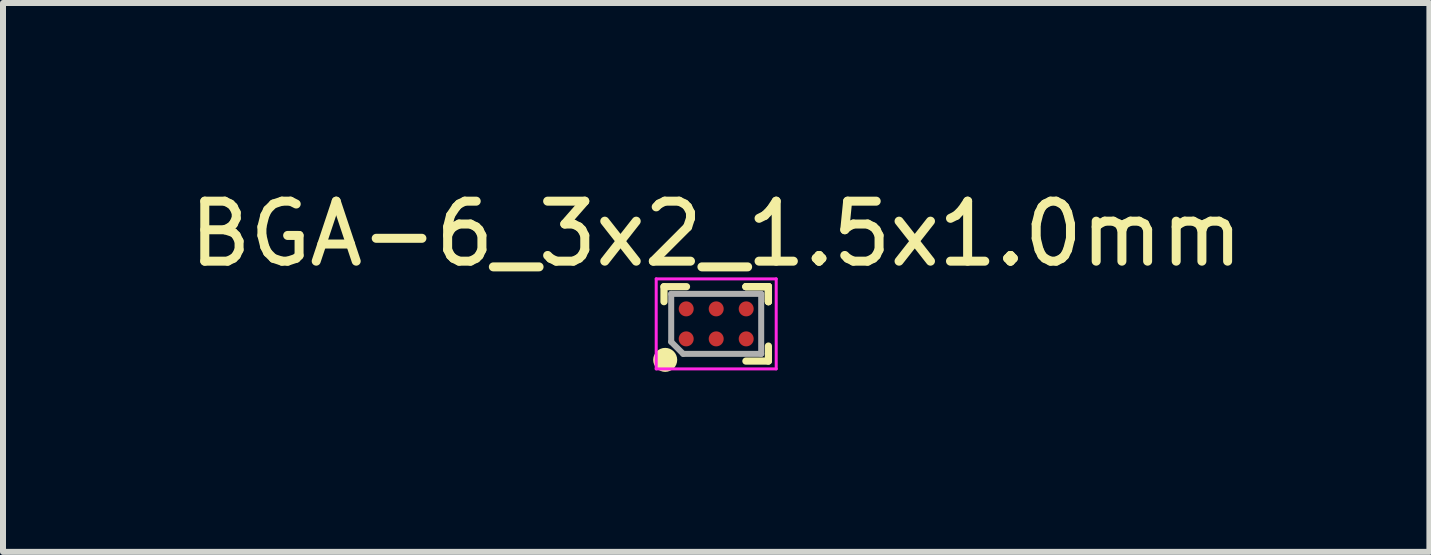
<source format=kicad_pcb>
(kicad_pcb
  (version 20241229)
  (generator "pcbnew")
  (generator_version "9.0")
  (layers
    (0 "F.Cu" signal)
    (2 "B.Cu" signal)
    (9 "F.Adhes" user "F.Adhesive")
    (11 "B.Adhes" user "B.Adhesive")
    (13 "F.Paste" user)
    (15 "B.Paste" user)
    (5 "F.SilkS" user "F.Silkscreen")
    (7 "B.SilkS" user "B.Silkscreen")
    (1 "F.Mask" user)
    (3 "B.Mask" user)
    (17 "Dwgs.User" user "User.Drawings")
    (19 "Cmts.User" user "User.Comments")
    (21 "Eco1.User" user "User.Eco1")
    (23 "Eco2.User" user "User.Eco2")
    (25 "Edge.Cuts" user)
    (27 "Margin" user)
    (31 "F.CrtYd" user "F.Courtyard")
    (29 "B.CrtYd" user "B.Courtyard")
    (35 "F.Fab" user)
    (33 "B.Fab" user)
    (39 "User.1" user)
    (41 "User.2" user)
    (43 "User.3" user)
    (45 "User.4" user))
  (footprint "BGA-6_3x2_1.5x1.0mm"
    (layer "F.Cu")
    (at 8.887 2.348)
    (property "Reference" "BGA-6_3x2_1.5x1.0mm" (at 0 -1.5 0) (layer "F.SilkS") (effects (font (size 1 1) (thickness 0.15))))
    (attr smd)
    (fp_line (start -0.87 -0.37) (end -0.87 -0.62) (stroke (width 0.12) (type solid)) (layer "F.SilkS"))
    (fp_line (start -0.495 -0.62) (end -0.87 -0.62) (stroke (width 0.12) (type solid)) (layer "F.SilkS"))
    (fp_line (start 0.495 -0.62) (end 0.87 -0.62) (stroke (width 0.12) (type solid)) (layer "F.SilkS"))
    (fp_line (start 0.495 -0.62) (end 0.87 -0.62) (stroke (width 0.12) (type solid)) (layer "F.SilkS"))
    (fp_line (start 0.495 -0.62) (end 0.87 -0.62) (stroke (width 0.12) (type solid)) (layer "F.SilkS"))
    (fp_line (start 0.495 0.62) (end 0.87 0.62) (stroke (width 0.12) (type solid)) (layer "F.SilkS"))
    (fp_line (start 0.87 -0.62) (end 0.87 -0.37) (stroke (width 0.12) (type solid)) (layer "F.SilkS"))
    (fp_line (start 0.87 -0.62) (end 0.87 -0.37) (stroke (width 0.12) (type solid)) (layer "F.SilkS"))
    (fp_line (start 0.87 -0.62) (end 0.87 -0.37) (stroke (width 0.12) (type solid)) (layer "F.SilkS"))
    (fp_line (start 0.87 0.62) (end 0.87 0.37) (stroke (width 0.12) (type solid)) (layer "F.SilkS"))
    (fp_circle (center -0.85 0.6) (end -0.85 0.7) (stroke (width 0.2) (type solid)) (fill no) (layer "F.SilkS"))
    (fp_line (start -1 -0.75) (end 1 -0.75) (stroke (width 0.05) (type solid)) (layer "F.CrtYd"))
    (fp_line (start -1 0.75) (end -1 -0.75) (stroke (width 0.05) (type solid)) (layer "F.CrtYd"))
    (fp_line (start 1 -0.75) (end 1 0.75) (stroke (width 0.05) (type solid)) (layer "F.CrtYd"))
    (fp_line (start 1 0.75) (end -1 0.75) (stroke (width 0.05) (type solid)) (layer "F.CrtYd"))
    (fp_line (start -0.75 -0.5) (end -0.75 0.3) (stroke (width 0.1) (type solid)) (layer "F.Fab"))
    (fp_line (start -0.75 0.3) (end -0.55 0.5) (stroke (width 0.1) (type solid)) (layer "F.Fab"))
    (fp_line (start -0.55 0.5) (end 0.75 0.5) (stroke (width 0.1) (type solid)) (layer "F.Fab"))
    (fp_line (start 0.75 -0.5) (end -0.75 -0.5) (stroke (width 0.1) (type solid)) (layer "F.Fab"))
    (fp_line (start 0.75 0.5) (end 0.75 -0.5) (stroke (width 0.1) (type solid)) (layer "F.Fab"))
    (pad "A1" smd circle (at -0.5 0.25) (size 0.25 0.25) (layers "F.Cu" "F.Mask" "F.Paste"))
    (pad "A2" smd circle (at -0.5 -0.25) (size 0.25 0.25) (layers "F.Cu" "F.Mask" "F.Paste"))
    (pad "B1" smd circle (at 0 0.25) (size 0.25 0.25) (layers "F.Cu" "F.Mask" "F.Paste"))
    (pad "B2" smd circle (at 0 -0.25) (size 0.25 0.25) (layers "F.Cu" "F.Mask" "F.Paste"))
    (pad "C1" smd circle (at 0.5 0.25) (size 0.25 0.25) (layers "F.Cu" "F.Mask" "F.Paste"))
    (pad "C2" smd circle (at 0.5 -0.25) (size 0.25 0.25) (layers "F.Cu" "F.Mask" "F.Paste")))
  (gr_rect
    (start -3 -3)
    (end 20.774 6.148)
    (stroke (width 0.1) (type default))
    (fill no)
    (layer "Edge.Cuts")))
</source>
